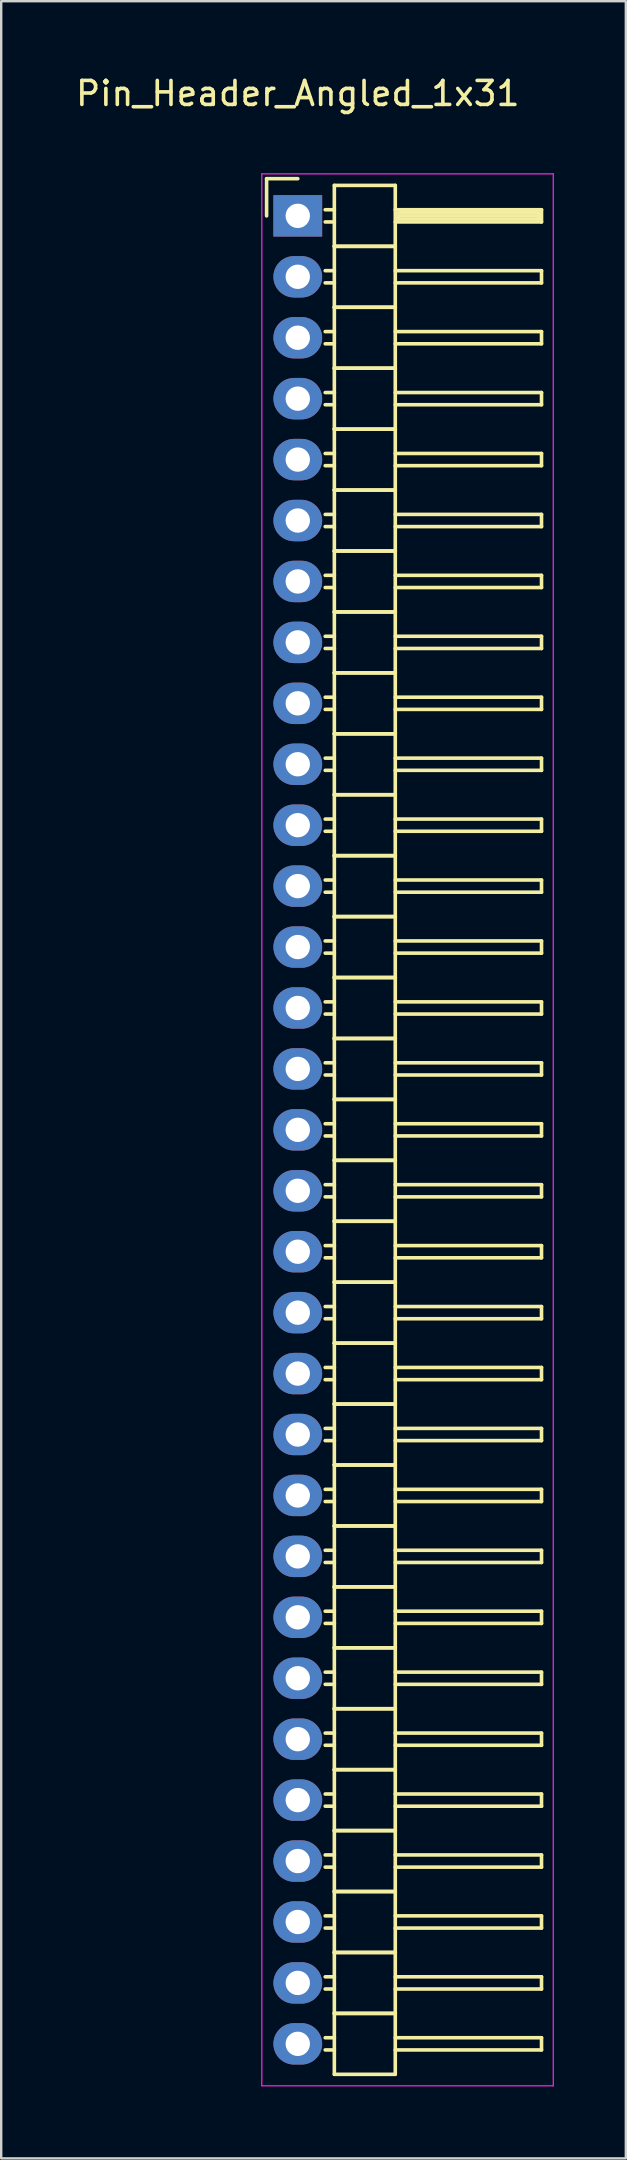
<source format=kicad_pcb>
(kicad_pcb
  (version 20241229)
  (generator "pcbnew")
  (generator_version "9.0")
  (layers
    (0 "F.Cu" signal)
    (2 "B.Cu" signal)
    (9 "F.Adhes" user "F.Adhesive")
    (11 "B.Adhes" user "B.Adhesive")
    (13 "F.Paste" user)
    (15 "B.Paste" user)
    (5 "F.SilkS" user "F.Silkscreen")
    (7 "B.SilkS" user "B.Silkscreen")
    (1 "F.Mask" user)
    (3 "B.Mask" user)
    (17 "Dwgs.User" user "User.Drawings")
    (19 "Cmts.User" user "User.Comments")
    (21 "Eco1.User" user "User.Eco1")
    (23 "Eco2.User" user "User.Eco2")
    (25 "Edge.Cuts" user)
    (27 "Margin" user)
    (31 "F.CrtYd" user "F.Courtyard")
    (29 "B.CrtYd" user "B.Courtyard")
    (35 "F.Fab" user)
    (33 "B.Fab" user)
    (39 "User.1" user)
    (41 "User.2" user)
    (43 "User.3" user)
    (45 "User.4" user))
  (footprint "Pin_Header_Angled_1x31"
    (layer "F.Cu")
    (at 9.363 5.948)
    (property "Reference" "Pin_Header_Angled_1x31" (at 0 -5.1 0) (layer "F.SilkS") (effects (font (size 1 1) (thickness 0.15))))
    (attr through_hole)
    (fp_line (start -1.3 -1.55) (end -1.3 0) (stroke (width 0.15) (type solid)) (layer "F.SilkS"))
    (fp_line (start 0 -1.55) (end -1.3 -1.55) (stroke (width 0.15) (type solid)) (layer "F.SilkS"))
    (fp_line (start 1.524 -1.27) (end 1.524 1.27) (stroke (width 0.15) (type solid)) (layer "F.SilkS"))
    (fp_line (start 1.524 -1.27) (end 4.064 -1.27) (stroke (width 0.15) (type solid)) (layer "F.SilkS"))
    (fp_line (start 1.524 -0.254) (end 1.143 -0.254) (stroke (width 0.15) (type solid)) (layer "F.SilkS"))
    (fp_line (start 1.524 0.254) (end 1.143 0.254) (stroke (width 0.15) (type solid)) (layer "F.SilkS"))
    (fp_line (start 1.524 1.27) (end 1.524 3.81) (stroke (width 0.15) (type solid)) (layer "F.SilkS"))
    (fp_line (start 1.524 1.27) (end 4.064 1.27) (stroke (width 0.15) (type solid)) (layer "F.SilkS"))
    (fp_line (start 1.524 1.27) (end 4.064 1.27) (stroke (width 0.15) (type solid)) (layer "F.SilkS"))
    (fp_line (start 1.524 2.286) (end 1.143 2.286) (stroke (width 0.15) (type solid)) (layer "F.SilkS"))
    (fp_line (start 1.524 2.794) (end 1.143 2.794) (stroke (width 0.15) (type solid)) (layer "F.SilkS"))
    (fp_line (start 1.524 3.81) (end 1.524 6.35) (stroke (width 0.15) (type solid)) (layer "F.SilkS"))
    (fp_line (start 1.524 3.81) (end 4.064 3.81) (stroke (width 0.15) (type solid)) (layer "F.SilkS"))
    (fp_line (start 1.524 3.81) (end 4.064 3.81) (stroke (width 0.15) (type solid)) (layer "F.SilkS"))
    (fp_line (start 1.524 4.826) (end 1.143 4.826) (stroke (width 0.15) (type solid)) (layer "F.SilkS"))
    (fp_line (start 1.524 5.334) (end 1.143 5.334) (stroke (width 0.15) (type solid)) (layer "F.SilkS"))
    (fp_line (start 1.524 6.35) (end 1.524 8.89) (stroke (width 0.15) (type solid)) (layer "F.SilkS"))
    (fp_line (start 1.524 6.35) (end 4.064 6.35) (stroke (width 0.15) (type solid)) (layer "F.SilkS"))
    (fp_line (start 1.524 6.35) (end 4.064 6.35) (stroke (width 0.15) (type solid)) (layer "F.SilkS"))
    (fp_line (start 1.524 7.366) (end 1.143 7.366) (stroke (width 0.15) (type solid)) (layer "F.SilkS"))
    (fp_line (start 1.524 7.874) (end 1.143 7.874) (stroke (width 0.15) (type solid)) (layer "F.SilkS"))
    (fp_line (start 1.524 8.89) (end 1.524 11.43) (stroke (width 0.15) (type solid)) (layer "F.SilkS"))
    (fp_line (start 1.524 8.89) (end 4.064 8.89) (stroke (width 0.15) (type solid)) (layer "F.SilkS"))
    (fp_line (start 1.524 8.89) (end 4.064 8.89) (stroke (width 0.15) (type solid)) (layer "F.SilkS"))
    (fp_line (start 1.524 9.906) (end 1.143 9.906) (stroke (width 0.15) (type solid)) (layer "F.SilkS"))
    (fp_line (start 1.524 10.414) (end 1.143 10.414) (stroke (width 0.15) (type solid)) (layer "F.SilkS"))
    (fp_line (start 1.524 11.43) (end 1.524 13.97) (stroke (width 0.15) (type solid)) (layer "F.SilkS"))
    (fp_line (start 1.524 11.43) (end 4.064 11.43) (stroke (width 0.15) (type solid)) (layer "F.SilkS"))
    (fp_line (start 1.524 11.43) (end 4.064 11.43) (stroke (width 0.15) (type solid)) (layer "F.SilkS"))
    (fp_line (start 1.524 12.446) (end 1.143 12.446) (stroke (width 0.15) (type solid)) (layer "F.SilkS"))
    (fp_line (start 1.524 12.954) (end 1.143 12.954) (stroke (width 0.15) (type solid)) (layer "F.SilkS"))
    (fp_line (start 1.524 13.97) (end 1.524 16.51) (stroke (width 0.15) (type solid)) (layer "F.SilkS"))
    (fp_line (start 1.524 13.97) (end 4.064 13.97) (stroke (width 0.15) (type solid)) (layer "F.SilkS"))
    (fp_line (start 1.524 13.97) (end 4.064 13.97) (stroke (width 0.15) (type solid)) (layer "F.SilkS"))
    (fp_line (start 1.524 14.986) (end 1.143 14.986) (stroke (width 0.15) (type solid)) (layer "F.SilkS"))
    (fp_line (start 1.524 15.494) (end 1.143 15.494) (stroke (width 0.15) (type solid)) (layer "F.SilkS"))
    (fp_line (start 1.524 16.51) (end 1.524 19.05) (stroke (width 0.15) (type solid)) (layer "F.SilkS"))
    (fp_line (start 1.524 16.51) (end 4.064 16.51) (stroke (width 0.15) (type solid)) (layer "F.SilkS"))
    (fp_line (start 1.524 16.51) (end 4.064 16.51) (stroke (width 0.15) (type solid)) (layer "F.SilkS"))
    (fp_line (start 1.524 17.526) (end 1.143 17.526) (stroke (width 0.15) (type solid)) (layer "F.SilkS"))
    (fp_line (start 1.524 18.034) (end 1.143 18.034) (stroke (width 0.15) (type solid)) (layer "F.SilkS"))
    (fp_line (start 1.524 19.05) (end 1.524 21.59) (stroke (width 0.15) (type solid)) (layer "F.SilkS"))
    (fp_line (start 1.524 19.05) (end 4.064 19.05) (stroke (width 0.15) (type solid)) (layer "F.SilkS"))
    (fp_line (start 1.524 19.05) (end 4.064 19.05) (stroke (width 0.15) (type solid)) (layer "F.SilkS"))
    (fp_line (start 1.524 20.066) (end 1.143 20.066) (stroke (width 0.15) (type solid)) (layer "F.SilkS"))
    (fp_line (start 1.524 20.574) (end 1.143 20.574) (stroke (width 0.15) (type solid)) (layer "F.SilkS"))
    (fp_line (start 1.524 21.59) (end 1.524 24.13) (stroke (width 0.15) (type solid)) (layer "F.SilkS"))
    (fp_line (start 1.524 21.59) (end 4.064 21.59) (stroke (width 0.15) (type solid)) (layer "F.SilkS"))
    (fp_line (start 1.524 21.59) (end 4.064 21.59) (stroke (width 0.15) (type solid)) (layer "F.SilkS"))
    (fp_line (start 1.524 22.606) (end 1.143 22.606) (stroke (width 0.15) (type solid)) (layer "F.SilkS"))
    (fp_line (start 1.524 23.114) (end 1.143 23.114) (stroke (width 0.15) (type solid)) (layer "F.SilkS"))
    (fp_line (start 1.524 24.13) (end 1.524 26.67) (stroke (width 0.15) (type solid)) (layer "F.SilkS"))
    (fp_line (start 1.524 24.13) (end 4.064 24.13) (stroke (width 0.15) (type solid)) (layer "F.SilkS"))
    (fp_line (start 1.524 24.13) (end 4.064 24.13) (stroke (width 0.15) (type solid)) (layer "F.SilkS"))
    (fp_line (start 1.524 25.146) (end 1.143 25.146) (stroke (width 0.15) (type solid)) (layer "F.SilkS"))
    (fp_line (start 1.524 25.654) (end 1.143 25.654) (stroke (width 0.15) (type solid)) (layer "F.SilkS"))
    (fp_line (start 1.524 26.67) (end 1.524 29.21) (stroke (width 0.15) (type solid)) (layer "F.SilkS"))
    (fp_line (start 1.524 26.67) (end 4.064 26.67) (stroke (width 0.15) (type solid)) (layer "F.SilkS"))
    (fp_line (start 1.524 26.67) (end 4.064 26.67) (stroke (width 0.15) (type solid)) (layer "F.SilkS"))
    (fp_line (start 1.524 27.686) (end 1.143 27.686) (stroke (width 0.15) (type solid)) (layer "F.SilkS"))
    (fp_line (start 1.524 28.194) (end 1.143 28.194) (stroke (width 0.15) (type solid)) (layer "F.SilkS"))
    (fp_line (start 1.524 29.21) (end 1.524 31.75) (stroke (width 0.15) (type solid)) (layer "F.SilkS"))
    (fp_line (start 1.524 29.21) (end 4.064 29.21) (stroke (width 0.15) (type solid)) (layer "F.SilkS"))
    (fp_line (start 1.524 29.21) (end 4.064 29.21) (stroke (width 0.15) (type solid)) (layer "F.SilkS"))
    (fp_line (start 1.524 30.226) (end 1.143 30.226) (stroke (width 0.15) (type solid)) (layer "F.SilkS"))
    (fp_line (start 1.524 30.734) (end 1.143 30.734) (stroke (width 0.15) (type solid)) (layer "F.SilkS"))
    (fp_line (start 1.524 31.75) (end 1.524 34.29) (stroke (width 0.15) (type solid)) (layer "F.SilkS"))
    (fp_line (start 1.524 31.75) (end 4.064 31.75) (stroke (width 0.15) (type solid)) (layer "F.SilkS"))
    (fp_line (start 1.524 31.75) (end 4.064 31.75) (stroke (width 0.15) (type solid)) (layer "F.SilkS"))
    (fp_line (start 1.524 32.766) (end 1.143 32.766) (stroke (width 0.15) (type solid)) (layer "F.SilkS"))
    (fp_line (start 1.524 33.274) (end 1.143 33.274) (stroke (width 0.15) (type solid)) (layer "F.SilkS"))
    (fp_line (start 1.524 34.29) (end 1.524 36.83) (stroke (width 0.15) (type solid)) (layer "F.SilkS"))
    (fp_line (start 1.524 34.29) (end 4.064 34.29) (stroke (width 0.15) (type solid)) (layer "F.SilkS"))
    (fp_line (start 1.524 34.29) (end 4.064 34.29) (stroke (width 0.15) (type solid)) (layer "F.SilkS"))
    (fp_line (start 1.524 35.306) (end 1.143 35.306) (stroke (width 0.15) (type solid)) (layer "F.SilkS"))
    (fp_line (start 1.524 35.814) (end 1.143 35.814) (stroke (width 0.15) (type solid)) (layer "F.SilkS"))
    (fp_line (start 1.524 36.83) (end 1.524 39.37) (stroke (width 0.15) (type solid)) (layer "F.SilkS"))
    (fp_line (start 1.524 36.83) (end 4.064 36.83) (stroke (width 0.15) (type solid)) (layer "F.SilkS"))
    (fp_line (start 1.524 36.83) (end 4.064 36.83) (stroke (width 0.15) (type solid)) (layer "F.SilkS"))
    (fp_line (start 1.524 37.846) (end 1.143 37.846) (stroke (width 0.15) (type solid)) (layer "F.SilkS"))
    (fp_line (start 1.524 38.354) (end 1.143 38.354) (stroke (width 0.15) (type solid)) (layer "F.SilkS"))
    (fp_line (start 1.524 39.37) (end 1.524 41.91) (stroke (width 0.15) (type solid)) (layer "F.SilkS"))
    (fp_line (start 1.524 39.37) (end 4.064 39.37) (stroke (width 0.15) (type solid)) (layer "F.SilkS"))
    (fp_line (start 1.524 39.37) (end 4.064 39.37) (stroke (width 0.15) (type solid)) (layer "F.SilkS"))
    (fp_line (start 1.524 40.386) (end 1.143 40.386) (stroke (width 0.15) (type solid)) (layer "F.SilkS"))
    (fp_line (start 1.524 40.894) (end 1.143 40.894) (stroke (width 0.15) (type solid)) (layer "F.SilkS"))
    (fp_line (start 1.524 41.91) (end 1.524 44.45) (stroke (width 0.15) (type solid)) (layer "F.SilkS"))
    (fp_line (start 1.524 41.91) (end 4.064 41.91) (stroke (width 0.15) (type solid)) (layer "F.SilkS"))
    (fp_line (start 1.524 41.91) (end 4.064 41.91) (stroke (width 0.15) (type solid)) (layer "F.SilkS"))
    (fp_line (start 1.524 42.926) (end 1.143 42.926) (stroke (width 0.15) (type solid)) (layer "F.SilkS"))
    (fp_line (start 1.524 43.434) (end 1.143 43.434) (stroke (width 0.15) (type solid)) (layer "F.SilkS"))
    (fp_line (start 1.524 44.45) (end 1.524 46.99) (stroke (width 0.15) (type solid)) (layer "F.SilkS"))
    (fp_line (start 1.524 44.45) (end 4.064 44.45) (stroke (width 0.15) (type solid)) (layer "F.SilkS"))
    (fp_line (start 1.524 44.45) (end 4.064 44.45) (stroke (width 0.15) (type solid)) (layer "F.SilkS"))
    (fp_line (start 1.524 45.466) (end 1.143 45.466) (stroke (width 0.15) (type solid)) (layer "F.SilkS"))
    (fp_line (start 1.524 45.974) (end 1.143 45.974) (stroke (width 0.15) (type solid)) (layer "F.SilkS"))
    (fp_line (start 1.524 46.99) (end 1.524 49.53) (stroke (width 0.15) (type solid)) (layer "F.SilkS"))
    (fp_line (start 1.524 46.99) (end 4.064 46.99) (stroke (width 0.15) (type solid)) (layer "F.SilkS"))
    (fp_line (start 1.524 46.99) (end 4.064 46.99) (stroke (width 0.15) (type solid)) (layer "F.SilkS"))
    (fp_line (start 1.524 48.006) (end 1.143 48.006) (stroke (width 0.15) (type solid)) (layer "F.SilkS"))
    (fp_line (start 1.524 48.514) (end 1.143 48.514) (stroke (width 0.15) (type solid)) (layer "F.SilkS"))
    (fp_line (start 1.524 49.53) (end 1.524 52.07) (stroke (width 0.15) (type solid)) (layer "F.SilkS"))
    (fp_line (start 1.524 49.53) (end 4.064 49.53) (stroke (width 0.15) (type solid)) (layer "F.SilkS"))
    (fp_line (start 1.524 49.53) (end 4.064 49.53) (stroke (width 0.15) (type solid)) (layer "F.SilkS"))
    (fp_line (start 1.524 50.546) (end 1.143 50.546) (stroke (width 0.15) (type solid)) (layer "F.SilkS"))
    (fp_line (start 1.524 51.054) (end 1.143 51.054) (stroke (width 0.15) (type solid)) (layer "F.SilkS"))
    (fp_line (start 1.524 52.07) (end 1.524 54.61) (stroke (width 0.15) (type solid)) (layer "F.SilkS"))
    (fp_line (start 1.524 52.07) (end 4.064 52.07) (stroke (width 0.15) (type solid)) (layer "F.SilkS"))
    (fp_line (start 1.524 52.07) (end 4.064 52.07) (stroke (width 0.15) (type solid)) (layer "F.SilkS"))
    (fp_line (start 1.524 53.086) (end 1.143 53.086) (stroke (width 0.15) (type solid)) (layer "F.SilkS"))
    (fp_line (start 1.524 53.594) (end 1.143 53.594) (stroke (width 0.15) (type solid)) (layer "F.SilkS"))
    (fp_line (start 1.524 54.61) (end 1.524 57.15) (stroke (width 0.15) (type solid)) (layer "F.SilkS"))
    (fp_line (start 1.524 54.61) (end 4.064 54.61) (stroke (width 0.15) (type solid)) (layer "F.SilkS"))
    (fp_line (start 1.524 54.61) (end 4.064 54.61) (stroke (width 0.15) (type solid)) (layer "F.SilkS"))
    (fp_line (start 1.524 55.626) (end 1.143 55.626) (stroke (width 0.15) (type solid)) (layer "F.SilkS"))
    (fp_line (start 1.524 56.134) (end 1.143 56.134) (stroke (width 0.15) (type solid)) (layer "F.SilkS"))
    (fp_line (start 1.524 57.15) (end 1.524 59.69) (stroke (width 0.15) (type solid)) (layer "F.SilkS"))
    (fp_line (start 1.524 57.15) (end 4.064 57.15) (stroke (width 0.15) (type solid)) (layer "F.SilkS"))
    (fp_line (start 1.524 57.15) (end 4.064 57.15) (stroke (width 0.15) (type solid)) (layer "F.SilkS"))
    (fp_line (start 1.524 58.166) (end 1.143 58.166) (stroke (width 0.15) (type solid)) (layer "F.SilkS"))
    (fp_line (start 1.524 58.674) (end 1.143 58.674) (stroke (width 0.15) (type solid)) (layer "F.SilkS"))
    (fp_line (start 1.524 59.69) (end 1.524 62.23) (stroke (width 0.15) (type solid)) (layer "F.SilkS"))
    (fp_line (start 1.524 59.69) (end 4.064 59.69) (stroke (width 0.15) (type solid)) (layer "F.SilkS"))
    (fp_line (start 1.524 59.69) (end 4.064 59.69) (stroke (width 0.15) (type solid)) (layer "F.SilkS"))
    (fp_line (start 1.524 60.706) (end 1.143 60.706) (stroke (width 0.15) (type solid)) (layer "F.SilkS"))
    (fp_line (start 1.524 61.214) (end 1.143 61.214) (stroke (width 0.15) (type solid)) (layer "F.SilkS"))
    (fp_line (start 1.524 62.23) (end 1.524 64.77) (stroke (width 0.15) (type solid)) (layer "F.SilkS"))
    (fp_line (start 1.524 62.23) (end 4.064 62.23) (stroke (width 0.15) (type solid)) (layer "F.SilkS"))
    (fp_line (start 1.524 62.23) (end 4.064 62.23) (stroke (width 0.15) (type solid)) (layer "F.SilkS"))
    (fp_line (start 1.524 63.246) (end 1.143 63.246) (stroke (width 0.15) (type solid)) (layer "F.SilkS"))
    (fp_line (start 1.524 63.754) (end 1.143 63.754) (stroke (width 0.15) (type solid)) (layer "F.SilkS"))
    (fp_line (start 1.524 64.77) (end 1.524 67.31) (stroke (width 0.15) (type solid)) (layer "F.SilkS"))
    (fp_line (start 1.524 64.77) (end 4.064 64.77) (stroke (width 0.15) (type solid)) (layer "F.SilkS"))
    (fp_line (start 1.524 64.77) (end 4.064 64.77) (stroke (width 0.15) (type solid)) (layer "F.SilkS"))
    (fp_line (start 1.524 65.786) (end 1.143 65.786) (stroke (width 0.15) (type solid)) (layer "F.SilkS"))
    (fp_line (start 1.524 66.294) (end 1.143 66.294) (stroke (width 0.15) (type solid)) (layer "F.SilkS"))
    (fp_line (start 1.524 67.31) (end 1.524 69.85) (stroke (width 0.15) (type solid)) (layer "F.SilkS"))
    (fp_line (start 1.524 67.31) (end 4.064 67.31) (stroke (width 0.15) (type solid)) (layer "F.SilkS"))
    (fp_line (start 1.524 67.31) (end 4.064 67.31) (stroke (width 0.15) (type solid)) (layer "F.SilkS"))
    (fp_line (start 1.524 68.326) (end 1.143 68.326) (stroke (width 0.15) (type solid)) (layer "F.SilkS"))
    (fp_line (start 1.524 68.834) (end 1.143 68.834) (stroke (width 0.15) (type solid)) (layer "F.SilkS"))
    (fp_line (start 1.524 69.85) (end 1.524 72.39) (stroke (width 0.15) (type solid)) (layer "F.SilkS"))
    (fp_line (start 1.524 69.85) (end 4.064 69.85) (stroke (width 0.15) (type solid)) (layer "F.SilkS"))
    (fp_line (start 1.524 69.85) (end 4.064 69.85) (stroke (width 0.15) (type solid)) (layer "F.SilkS"))
    (fp_line (start 1.524 70.866) (end 1.143 70.866) (stroke (width 0.15) (type solid)) (layer "F.SilkS"))
    (fp_line (start 1.524 71.374) (end 1.143 71.374) (stroke (width 0.15) (type solid)) (layer "F.SilkS"))
    (fp_line (start 1.524 72.39) (end 1.524 74.93) (stroke (width 0.15) (type solid)) (layer "F.SilkS"))
    (fp_line (start 1.524 72.39) (end 4.064 72.39) (stroke (width 0.15) (type solid)) (layer "F.SilkS"))
    (fp_line (start 1.524 72.39) (end 4.064 72.39) (stroke (width 0.15) (type solid)) (layer "F.SilkS"))
    (fp_line (start 1.524 73.406) (end 1.143 73.406) (stroke (width 0.15) (type solid)) (layer "F.SilkS"))
    (fp_line (start 1.524 73.914) (end 1.143 73.914) (stroke (width 0.15) (type solid)) (layer "F.SilkS"))
    (fp_line (start 1.524 74.93) (end 1.524 77.47) (stroke (width 0.15) (type solid)) (layer "F.SilkS"))
    (fp_line (start 1.524 74.93) (end 4.064 74.93) (stroke (width 0.15) (type solid)) (layer "F.SilkS"))
    (fp_line (start 1.524 74.93) (end 4.064 74.93) (stroke (width 0.15) (type solid)) (layer "F.SilkS"))
    (fp_line (start 1.524 75.946) (end 1.143 75.946) (stroke (width 0.15) (type solid)) (layer "F.SilkS"))
    (fp_line (start 1.524 76.454) (end 1.143 76.454) (stroke (width 0.15) (type solid)) (layer "F.SilkS"))
    (fp_line (start 1.524 77.47) (end 4.064 77.47) (stroke (width 0.15) (type solid)) (layer "F.SilkS"))
    (fp_line (start 4.064 -0.254) (end 10.16 -0.254) (stroke (width 0.15) (type solid)) (layer "F.SilkS"))
    (fp_line (start 4.064 1.27) (end 4.064 -1.27) (stroke (width 0.15) (type solid)) (layer "F.SilkS"))
    (fp_line (start 4.064 2.286) (end 10.16 2.286) (stroke (width 0.15) (type solid)) (layer "F.SilkS"))
    (fp_line (start 4.064 3.81) (end 4.064 1.27) (stroke (width 0.15) (type solid)) (layer "F.SilkS"))
    (fp_line (start 4.064 4.826) (end 10.16 4.826) (stroke (width 0.15) (type solid)) (layer "F.SilkS"))
    (fp_line (start 4.064 6.35) (end 4.064 3.81) (stroke (width 0.15) (type solid)) (layer "F.SilkS"))
    (fp_line (start 4.064 7.366) (end 10.16 7.366) (stroke (width 0.15) (type solid)) (layer "F.SilkS"))
    (fp_line (start 4.064 8.89) (end 4.064 6.35) (stroke (width 0.15) (type solid)) (layer "F.SilkS"))
    (fp_line (start 4.064 9.906) (end 10.16 9.906) (stroke (width 0.15) (type solid)) (layer "F.SilkS"))
    (fp_line (start 4.064 11.43) (end 4.064 8.89) (stroke (width 0.15) (type solid)) (layer "F.SilkS"))
    (fp_line (start 4.064 12.446) (end 10.16 12.446) (stroke (width 0.15) (type solid)) (layer "F.SilkS"))
    (fp_line (start 4.064 13.97) (end 4.064 11.43) (stroke (width 0.15) (type solid)) (layer "F.SilkS"))
    (fp_line (start 4.064 14.986) (end 10.16 14.986) (stroke (width 0.15) (type solid)) (layer "F.SilkS"))
    (fp_line (start 4.064 16.51) (end 4.064 13.97) (stroke (width 0.15) (type solid)) (layer "F.SilkS"))
    (fp_line (start 4.064 17.526) (end 10.16 17.526) (stroke (width 0.15) (type solid)) (layer "F.SilkS"))
    (fp_line (start 4.064 19.05) (end 4.064 16.51) (stroke (width 0.15) (type solid)) (layer "F.SilkS"))
    (fp_line (start 4.064 20.066) (end 10.16 20.066) (stroke (width 0.15) (type solid)) (layer "F.SilkS"))
    (fp_line (start 4.064 21.59) (end 4.064 19.05) (stroke (width 0.15) (type solid)) (layer "F.SilkS"))
    (fp_line (start 4.064 22.606) (end 10.16 22.606) (stroke (width 0.15) (type solid)) (layer "F.SilkS"))
    (fp_line (start 4.064 24.13) (end 4.064 21.59) (stroke (width 0.15) (type solid)) (layer "F.SilkS"))
    (fp_line (start 4.064 25.146) (end 10.16 25.146) (stroke (width 0.15) (type solid)) (layer "F.SilkS"))
    (fp_line (start 4.064 26.67) (end 4.064 24.13) (stroke (width 0.15) (type solid)) (layer "F.SilkS"))
    (fp_line (start 4.064 27.686) (end 10.16 27.686) (stroke (width 0.15) (type solid)) (layer "F.SilkS"))
    (fp_line (start 4.064 29.21) (end 4.064 26.67) (stroke (width 0.15) (type solid)) (layer "F.SilkS"))
    (fp_line (start 4.064 30.226) (end 10.16 30.226) (stroke (width 0.15) (type solid)) (layer "F.SilkS"))
    (fp_line (start 4.064 31.75) (end 4.064 29.21) (stroke (width 0.15) (type solid)) (layer "F.SilkS"))
    (fp_line (start 4.064 32.766) (end 10.16 32.766) (stroke (width 0.15) (type solid)) (layer "F.SilkS"))
    (fp_line (start 4.064 34.29) (end 4.064 31.75) (stroke (width 0.15) (type solid)) (layer "F.SilkS"))
    (fp_line (start 4.064 35.306) (end 10.16 35.306) (stroke (width 0.15) (type solid)) (layer "F.SilkS"))
    (fp_line (start 4.064 36.83) (end 4.064 34.29) (stroke (width 0.15) (type solid)) (layer "F.SilkS"))
    (fp_line (start 4.064 37.846) (end 10.16 37.846) (stroke (width 0.15) (type solid)) (layer "F.SilkS"))
    (fp_line (start 4.064 39.37) (end 4.064 36.83) (stroke (width 0.15) (type solid)) (layer "F.SilkS"))
    (fp_line (start 4.064 40.386) (end 10.16 40.386) (stroke (width 0.15) (type solid)) (layer "F.SilkS"))
    (fp_line (start 4.064 41.91) (end 4.064 39.37) (stroke (width 0.15) (type solid)) (layer "F.SilkS"))
    (fp_line (start 4.064 42.926) (end 10.16 42.926) (stroke (width 0.15) (type solid)) (layer "F.SilkS"))
    (fp_line (start 4.064 44.45) (end 4.064 41.91) (stroke (width 0.15) (type solid)) (layer "F.SilkS"))
    (fp_line (start 4.064 45.466) (end 10.16 45.466) (stroke (width 0.15) (type solid)) (layer "F.SilkS"))
    (fp_line (start 4.064 46.99) (end 4.064 44.45) (stroke (width 0.15) (type solid)) (layer "F.SilkS"))
    (fp_line (start 4.064 48.006) (end 10.16 48.006) (stroke (width 0.15) (type solid)) (layer "F.SilkS"))
    (fp_line (start 4.064 49.53) (end 4.064 46.99) (stroke (width 0.15) (type solid)) (layer "F.SilkS"))
    (fp_line (start 4.064 50.546) (end 10.16 50.546) (stroke (width 0.15) (type solid)) (layer "F.SilkS"))
    (fp_line (start 4.064 52.07) (end 4.064 49.53) (stroke (width 0.15) (type solid)) (layer "F.SilkS"))
    (fp_line (start 4.064 53.086) (end 10.16 53.086) (stroke (width 0.15) (type solid)) (layer "F.SilkS"))
    (fp_line (start 4.064 54.61) (end 4.064 52.07) (stroke (width 0.15) (type solid)) (layer "F.SilkS"))
    (fp_line (start 4.064 55.626) (end 10.16 55.626) (stroke (width 0.15) (type solid)) (layer "F.SilkS"))
    (fp_line (start 4.064 57.15) (end 4.064 54.61) (stroke (width 0.15) (type solid)) (layer "F.SilkS"))
    (fp_line (start 4.064 58.166) (end 10.16 58.166) (stroke (width 0.15) (type solid)) (layer "F.SilkS"))
    (fp_line (start 4.064 59.69) (end 4.064 57.15) (stroke (width 0.15) (type solid)) (layer "F.SilkS"))
    (fp_line (start 4.064 60.706) (end 10.16 60.706) (stroke (width 0.15) (type solid)) (layer "F.SilkS"))
    (fp_line (start 4.064 62.23) (end 4.064 59.69) (stroke (width 0.15) (type solid)) (layer "F.SilkS"))
    (fp_line (start 4.064 63.246) (end 10.16 63.246) (stroke (width 0.15) (type solid)) (layer "F.SilkS"))
    (fp_line (start 4.064 64.77) (end 4.064 62.23) (stroke (width 0.15) (type solid)) (layer "F.SilkS"))
    (fp_line (start 4.064 65.786) (end 10.16 65.786) (stroke (width 0.15) (type solid)) (layer "F.SilkS"))
    (fp_line (start 4.064 67.31) (end 4.064 64.77) (stroke (width 0.15) (type solid)) (layer "F.SilkS"))
    (fp_line (start 4.064 68.326) (end 10.16 68.326) (stroke (width 0.15) (type solid)) (layer "F.SilkS"))
    (fp_line (start 4.064 69.85) (end 4.064 67.31) (stroke (width 0.15) (type solid)) (layer "F.SilkS"))
    (fp_line (start 4.064 70.866) (end 10.16 70.866) (stroke (width 0.15) (type solid)) (layer "F.SilkS"))
    (fp_line (start 4.064 72.39) (end 4.064 69.85) (stroke (width 0.15) (type solid)) (layer "F.SilkS"))
    (fp_line (start 4.064 73.406) (end 10.16 73.406) (stroke (width 0.15) (type solid)) (layer "F.SilkS"))
    (fp_line (start 4.064 74.93) (end 4.064 72.39) (stroke (width 0.15) (type solid)) (layer "F.SilkS"))
    (fp_line (start 4.064 75.946) (end 10.16 75.946) (stroke (width 0.15) (type solid)) (layer "F.SilkS"))
    (fp_line (start 4.064 77.47) (end 4.064 74.93) (stroke (width 0.15) (type solid)) (layer "F.SilkS"))
    (fp_line (start 4.191 -0.127) (end 10.033 -0.127) (stroke (width 0.15) (type solid)) (layer "F.SilkS"))
    (fp_line (start 4.191 0) (end 10.033 0) (stroke (width 0.15) (type solid)) (layer "F.SilkS"))
    (fp_line (start 4.191 0.127) (end 4.191 0) (stroke (width 0.15) (type solid)) (layer "F.SilkS"))
    (fp_line (start 10.033 -0.127) (end 10.033 0.127) (stroke (width 0.15) (type solid)) (layer "F.SilkS"))
    (fp_line (start 10.033 0.127) (end 4.191 0.127) (stroke (width 0.15) (type solid)) (layer "F.SilkS"))
    (fp_line (start 10.16 -0.254) (end 10.16 0.254) (stroke (width 0.15) (type solid)) (layer "F.SilkS"))
    (fp_line (start 10.16 0.254) (end 4.064 0.254) (stroke (width 0.15) (type solid)) (layer "F.SilkS"))
    (fp_line (start 10.16 2.286) (end 10.16 2.794) (stroke (width 0.15) (type solid)) (layer "F.SilkS"))
    (fp_line (start 10.16 2.794) (end 4.064 2.794) (stroke (width 0.15) (type solid)) (layer "F.SilkS"))
    (fp_line (start 10.16 4.826) (end 10.16 5.334) (stroke (width 0.15) (type solid)) (layer "F.SilkS"))
    (fp_line (start 10.16 5.334) (end 4.064 5.334) (stroke (width 0.15) (type solid)) (layer "F.SilkS"))
    (fp_line (start 10.16 7.366) (end 10.16 7.874) (stroke (width 0.15) (type solid)) (layer "F.SilkS"))
    (fp_line (start 10.16 7.874) (end 4.064 7.874) (stroke (width 0.15) (type solid)) (layer "F.SilkS"))
    (fp_line (start 10.16 9.906) (end 10.16 10.414) (stroke (width 0.15) (type solid)) (layer "F.SilkS"))
    (fp_line (start 10.16 10.414) (end 4.064 10.414) (stroke (width 0.15) (type solid)) (layer "F.SilkS"))
    (fp_line (start 10.16 12.446) (end 10.16 12.954) (stroke (width 0.15) (type solid)) (layer "F.SilkS"))
    (fp_line (start 10.16 12.954) (end 4.064 12.954) (stroke (width 0.15) (type solid)) (layer "F.SilkS"))
    (fp_line (start 10.16 14.986) (end 10.16 15.494) (stroke (width 0.15) (type solid)) (layer "F.SilkS"))
    (fp_line (start 10.16 15.494) (end 4.064 15.494) (stroke (width 0.15) (type solid)) (layer "F.SilkS"))
    (fp_line (start 10.16 17.526) (end 10.16 18.034) (stroke (width 0.15) (type solid)) (layer "F.SilkS"))
    (fp_line (start 10.16 18.034) (end 4.064 18.034) (stroke (width 0.15) (type solid)) (layer "F.SilkS"))
    (fp_line (start 10.16 20.066) (end 10.16 20.574) (stroke (width 0.15) (type solid)) (layer "F.SilkS"))
    (fp_line (start 10.16 20.574) (end 4.064 20.574) (stroke (width 0.15) (type solid)) (layer "F.SilkS"))
    (fp_line (start 10.16 22.606) (end 10.16 23.114) (stroke (width 0.15) (type solid)) (layer "F.SilkS"))
    (fp_line (start 10.16 23.114) (end 4.064 23.114) (stroke (width 0.15) (type solid)) (layer "F.SilkS"))
    (fp_line (start 10.16 25.146) (end 10.16 25.654) (stroke (width 0.15) (type solid)) (layer "F.SilkS"))
    (fp_line (start 10.16 25.654) (end 4.064 25.654) (stroke (width 0.15) (type solid)) (layer "F.SilkS"))
    (fp_line (start 10.16 27.686) (end 10.16 28.194) (stroke (width 0.15) (type solid)) (layer "F.SilkS"))
    (fp_line (start 10.16 28.194) (end 4.064 28.194) (stroke (width 0.15) (type solid)) (layer "F.SilkS"))
    (fp_line (start 10.16 30.226) (end 10.16 30.734) (stroke (width 0.15) (type solid)) (layer "F.SilkS"))
    (fp_line (start 10.16 30.734) (end 4.064 30.734) (stroke (width 0.15) (type solid)) (layer "F.SilkS"))
    (fp_line (start 10.16 32.766) (end 10.16 33.274) (stroke (width 0.15) (type solid)) (layer "F.SilkS"))
    (fp_line (start 10.16 33.274) (end 4.064 33.274) (stroke (width 0.15) (type solid)) (layer "F.SilkS"))
    (fp_line (start 10.16 35.306) (end 10.16 35.814) (stroke (width 0.15) (type solid)) (layer "F.SilkS"))
    (fp_line (start 10.16 35.814) (end 4.064 35.814) (stroke (width 0.15) (type solid)) (layer "F.SilkS"))
    (fp_line (start 10.16 37.846) (end 10.16 38.354) (stroke (width 0.15) (type solid)) (layer "F.SilkS"))
    (fp_line (start 10.16 38.354) (end 4.064 38.354) (stroke (width 0.15) (type solid)) (layer "F.SilkS"))
    (fp_line (start 10.16 40.386) (end 10.16 40.894) (stroke (width 0.15) (type solid)) (layer "F.SilkS"))
    (fp_line (start 10.16 40.894) (end 4.064 40.894) (stroke (width 0.15) (type solid)) (layer "F.SilkS"))
    (fp_line (start 10.16 42.926) (end 10.16 43.434) (stroke (width 0.15) (type solid)) (layer "F.SilkS"))
    (fp_line (start 10.16 43.434) (end 4.064 43.434) (stroke (width 0.15) (type solid)) (layer "F.SilkS"))
    (fp_line (start 10.16 45.466) (end 10.16 45.974) (stroke (width 0.15) (type solid)) (layer "F.SilkS"))
    (fp_line (start 10.16 45.974) (end 4.064 45.974) (stroke (width 0.15) (type solid)) (layer "F.SilkS"))
    (fp_line (start 10.16 48.006) (end 10.16 48.514) (stroke (width 0.15) (type solid)) (layer "F.SilkS"))
    (fp_line (start 10.16 48.514) (end 4.064 48.514) (stroke (width 0.15) (type solid)) (layer "F.SilkS"))
    (fp_line (start 10.16 50.546) (end 10.16 51.054) (stroke (width 0.15) (type solid)) (layer "F.SilkS"))
    (fp_line (start 10.16 51.054) (end 4.064 51.054) (stroke (width 0.15) (type solid)) (layer "F.SilkS"))
    (fp_line (start 10.16 53.086) (end 10.16 53.594) (stroke (width 0.15) (type solid)) (layer "F.SilkS"))
    (fp_line (start 10.16 53.594) (end 4.064 53.594) (stroke (width 0.15) (type solid)) (layer "F.SilkS"))
    (fp_line (start 10.16 55.626) (end 10.16 56.134) (stroke (width 0.15) (type solid)) (layer "F.SilkS"))
    (fp_line (start 10.16 56.134) (end 4.064 56.134) (stroke (width 0.15) (type solid)) (layer "F.SilkS"))
    (fp_line (start 10.16 58.166) (end 10.16 58.674) (stroke (width 0.15) (type solid)) (layer "F.SilkS"))
    (fp_line (start 10.16 58.674) (end 4.064 58.674) (stroke (width 0.15) (type solid)) (layer "F.SilkS"))
    (fp_line (start 10.16 60.706) (end 10.16 61.214) (stroke (width 0.15) (type solid)) (layer "F.SilkS"))
    (fp_line (start 10.16 61.214) (end 4.064 61.214) (stroke (width 0.15) (type solid)) (layer "F.SilkS"))
    (fp_line (start 10.16 63.246) (end 10.16 63.754) (stroke (width 0.15) (type solid)) (layer "F.SilkS"))
    (fp_line (start 10.16 63.754) (end 4.064 63.754) (stroke (width 0.15) (type solid)) (layer "F.SilkS"))
    (fp_line (start 10.16 65.786) (end 10.16 66.294) (stroke (width 0.15) (type solid)) (layer "F.SilkS"))
    (fp_line (start 10.16 66.294) (end 4.064 66.294) (stroke (width 0.15) (type solid)) (layer "F.SilkS"))
    (fp_line (start 10.16 68.326) (end 10.16 68.834) (stroke (width 0.15) (type solid)) (layer "F.SilkS"))
    (fp_line (start 10.16 68.834) (end 4.064 68.834) (stroke (width 0.15) (type solid)) (layer "F.SilkS"))
    (fp_line (start 10.16 70.866) (end 10.16 71.374) (stroke (width 0.15) (type solid)) (layer "F.SilkS"))
    (fp_line (start 10.16 71.374) (end 4.064 71.374) (stroke (width 0.15) (type solid)) (layer "F.SilkS"))
    (fp_line (start 10.16 73.406) (end 10.16 73.914) (stroke (width 0.15) (type solid)) (layer "F.SilkS"))
    (fp_line (start 10.16 73.914) (end 4.064 73.914) (stroke (width 0.15) (type solid)) (layer "F.SilkS"))
    (fp_line (start 10.16 75.946) (end 10.16 76.454) (stroke (width 0.15) (type solid)) (layer "F.SilkS"))
    (fp_line (start 10.16 76.454) (end 4.064 76.454) (stroke (width 0.15) (type solid)) (layer "F.SilkS"))
    (fp_line (start -1.5 -1.75) (end -1.5 77.95) (stroke (width 0.05) (type solid)) (layer "F.CrtYd"))
    (fp_line (start -1.5 -1.75) (end 10.65 -1.75) (stroke (width 0.05) (type solid)) (layer "F.CrtYd"))
    (fp_line (start -1.5 77.95) (end 10.65 77.95) (stroke (width 0.05) (type solid)) (layer "F.CrtYd"))
    (fp_line (start 10.65 -1.75) (end 10.65 77.95) (stroke (width 0.05) (type solid)) (layer "F.CrtYd"))
    (pad "1" thru_hole rect (at 0 0) (size 2.032 1.727) (drill 1.016) (layers "*.Cu" "*.Mask"))
    (pad "2" thru_hole oval (at 0 2.54) (size 2.032 1.727) (drill 1.016) (layers "*.Cu" "*.Mask"))
    (pad "3" thru_hole oval (at 0 5.08) (size 2.032 1.727) (drill 1.016) (layers "*.Cu" "*.Mask"))
    (pad "4" thru_hole oval (at 0 7.62) (size 2.032 1.727) (drill 1.016) (layers "*.Cu" "*.Mask"))
    (pad "5" thru_hole oval (at 0 10.16) (size 2.032 1.727) (drill 1.016) (layers "*.Cu" "*.Mask"))
    (pad "6" thru_hole oval (at 0 12.7) (size 2.032 1.727) (drill 1.016) (layers "*.Cu" "*.Mask"))
    (pad "7" thru_hole oval (at 0 15.24) (size 2.032 1.727) (drill 1.016) (layers "*.Cu" "*.Mask"))
    (pad "8" thru_hole oval (at 0 17.78) (size 2.032 1.727) (drill 1.016) (layers "*.Cu" "*.Mask"))
    (pad "9" thru_hole oval (at 0 20.32) (size 2.032 1.727) (drill 1.016) (layers "*.Cu" "*.Mask"))
    (pad "10" thru_hole oval (at 0 22.86) (size 2.032 1.727) (drill 1.016) (layers "*.Cu" "*.Mask"))
    (pad "11" thru_hole oval (at 0 25.4) (size 2.032 1.727) (drill 1.016) (layers "*.Cu" "*.Mask"))
    (pad "12" thru_hole oval (at 0 27.94) (size 2.032 1.727) (drill 1.016) (layers "*.Cu" "*.Mask"))
    (pad "13" thru_hole oval (at 0 30.48) (size 2.032 1.727) (drill 1.016) (layers "*.Cu" "*.Mask"))
    (pad "14" thru_hole oval (at 0 33.02) (size 2.032 1.727) (drill 1.016) (layers "*.Cu" "*.Mask"))
    (pad "15" thru_hole oval (at 0 35.56) (size 2.032 1.727) (drill 1.016) (layers "*.Cu" "*.Mask"))
    (pad "16" thru_hole oval (at 0 38.1) (size 2.032 1.727) (drill 1.016) (layers "*.Cu" "*.Mask"))
    (pad "17" thru_hole oval (at 0 40.64) (size 2.032 1.727) (drill 1.016) (layers "*.Cu" "*.Mask"))
    (pad "18" thru_hole oval (at 0 43.18) (size 2.032 1.727) (drill 1.016) (layers "*.Cu" "*.Mask"))
    (pad "19" thru_hole oval (at 0 45.72) (size 2.032 1.727) (drill 1.016) (layers "*.Cu" "*.Mask"))
    (pad "20" thru_hole oval (at 0 48.26) (size 2.032 1.727) (drill 1.016) (layers "*.Cu" "*.Mask"))
    (pad "21" thru_hole oval (at 0 50.8) (size 2.032 1.727) (drill 1.016) (layers "*.Cu" "*.Mask"))
    (pad "22" thru_hole oval (at 0 53.34) (size 2.032 1.727) (drill 1.016) (layers "*.Cu" "*.Mask"))
    (pad "23" thru_hole oval (at 0 55.88) (size 2.032 1.727) (drill 1.016) (layers "*.Cu" "*.Mask"))
    (pad "24" thru_hole oval (at 0 58.42) (size 2.032 1.727) (drill 1.016) (layers "*.Cu" "*.Mask"))
    (pad "25" thru_hole oval (at 0 60.96) (size 2.032 1.727) (drill 1.016) (layers "*.Cu" "*.Mask"))
    (pad "26" thru_hole oval (at 0 63.5) (size 2.032 1.727) (drill 1.016) (layers "*.Cu" "*.Mask"))
    (pad "27" thru_hole oval (at 0 66.04) (size 2.032 1.727) (drill 1.016) (layers "*.Cu" "*.Mask"))
    (pad "28" thru_hole oval (at 0 68.58) (size 2.032 1.727) (drill 1.016) (layers "*.Cu" "*.Mask"))
    (pad "29" thru_hole oval (at 0 71.12) (size 2.032 1.727) (drill 1.016) (layers "*.Cu" "*.Mask"))
    (pad "30" thru_hole oval (at 0 73.66) (size 2.032 1.727) (drill 1.016) (layers "*.Cu" "*.Mask"))
    (pad "31" thru_hole oval (at 0 76.2) (size 2.032 1.727) (drill 1.016) (layers "*.Cu" "*.Mask")))
  (gr_rect
    (start -3 -3)
    (end 23.038 86.923)
    (stroke (width 0.1) (type default))
    (fill no)
    (layer "Edge.Cuts")))
</source>
